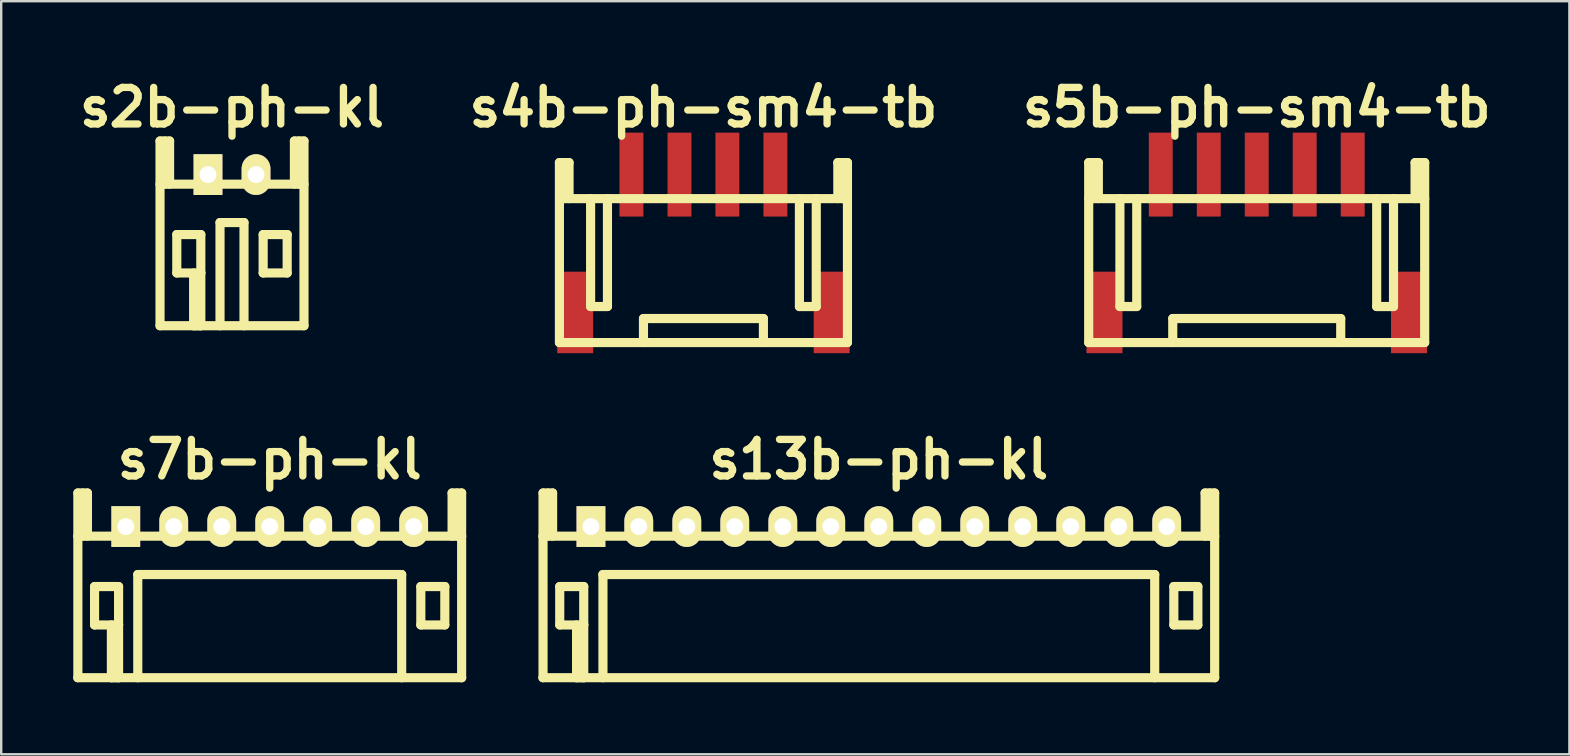
<source format=kicad_pcb>
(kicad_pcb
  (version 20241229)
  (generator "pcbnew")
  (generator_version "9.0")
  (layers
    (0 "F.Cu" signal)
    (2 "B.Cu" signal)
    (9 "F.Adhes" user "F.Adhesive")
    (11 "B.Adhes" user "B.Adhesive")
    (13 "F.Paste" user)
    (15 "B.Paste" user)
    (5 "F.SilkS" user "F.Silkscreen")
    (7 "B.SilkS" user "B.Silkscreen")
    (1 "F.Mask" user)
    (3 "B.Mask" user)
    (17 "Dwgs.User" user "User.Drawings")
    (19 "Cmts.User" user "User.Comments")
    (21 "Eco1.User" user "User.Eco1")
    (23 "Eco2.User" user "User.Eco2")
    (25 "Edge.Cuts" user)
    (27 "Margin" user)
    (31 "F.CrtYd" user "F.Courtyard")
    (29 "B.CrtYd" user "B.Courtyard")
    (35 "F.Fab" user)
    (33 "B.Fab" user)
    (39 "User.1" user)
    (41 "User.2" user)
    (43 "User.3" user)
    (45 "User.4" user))
  (footprint "s4b-ph-sm4-tb"
    (layer "F.Cu")
    (at 26.266 4.226)
    (property "Reference" "s4b-ph-sm4-tb" (at 0 -2.799 0) (layer "F.SilkS") (effects (font (size 1.524 1.524) (thickness 0.305))))
    (attr through_hole)
    (fp_line (start -6.002 7) (end -6.002 -0.5) (stroke (width 0.381) (type solid)) (layer "F.SilkS"))
    (fp_line (start -5.999 1.001) (end 5.999 1.001) (stroke (width 0.381) (type solid)) (layer "F.SilkS"))
    (fp_line (start -5.801 -0.5) (end -5.801 1.001) (stroke (width 0.381) (type solid)) (layer "F.SilkS"))
    (fp_line (start -5.601 -0.5) (end -6.002 -0.5) (stroke (width 0.381) (type solid)) (layer "F.SilkS"))
    (fp_line (start -5.601 1.001) (end -5.601 -0.5) (stroke (width 0.381) (type solid)) (layer "F.SilkS"))
    (fp_line (start -4.702 5.499) (end -4.702 1.001) (stroke (width 0.381) (type solid)) (layer "F.SilkS"))
    (fp_line (start -4 1.001) (end -4 5.499) (stroke (width 0.381) (type solid)) (layer "F.SilkS"))
    (fp_line (start -4 5.499) (end -4.702 5.499) (stroke (width 0.381) (type solid)) (layer "F.SilkS"))
    (fp_line (start -2.499 7) (end -2.499 5.999) (stroke (width 0.381) (type solid)) (layer "F.SilkS"))
    (fp_line (start 2.499 5.999) (end -2.499 5.999) (stroke (width 0.381) (type solid)) (layer "F.SilkS"))
    (fp_line (start 2.499 5.999) (end 2.499 6.998) (stroke (width 0.381) (type solid)) (layer "F.SilkS"))
    (fp_line (start 4 1.001) (end 4 5.499) (stroke (width 0.381) (type solid)) (layer "F.SilkS"))
    (fp_line (start 4 5.499) (end 4.702 5.499) (stroke (width 0.381) (type solid)) (layer "F.SilkS"))
    (fp_line (start 4.702 5.499) (end 4.702 1.001) (stroke (width 0.381) (type solid)) (layer "F.SilkS"))
    (fp_line (start 5.601 -0.5) (end 5.601 1.001) (stroke (width 0.381) (type solid)) (layer "F.SilkS"))
    (fp_line (start 5.801 1.001) (end 5.801 -0.5) (stroke (width 0.381) (type solid)) (layer "F.SilkS"))
    (fp_line (start 5.999 7) (end -5.999 7) (stroke (width 0.381) (type solid)) (layer "F.SilkS"))
    (fp_line (start 6.002 -0.5) (end 5.601 -0.5) (stroke (width 0.381) (type solid)) (layer "F.SilkS"))
    (fp_line (start 6.002 -0.5) (end 6.002 7) (stroke (width 0.381) (type solid)) (layer "F.SilkS"))
    (pad "" smd rect (at -5.344 5.745) (size 1.499 3.396) (layers "F.Cu" "F.Mask" "F.Paste"))
    (pad "" smd rect (at 5.344 5.745) (size 1.499 3.396) (layers "F.Cu" "F.Mask" "F.Paste"))
    (pad "1" smd rect (at -3 0) (size 0.996 3.498) (layers "F.Cu" "F.Mask" "F.Paste"))
    (pad "2" smd rect (at -0.998 0) (size 0.996 3.498) (layers "F.Cu" "F.Mask" "F.Paste"))
    (pad "3" smd rect (at 0.998 0) (size 0.996 3.498) (layers "F.Cu" "F.Mask" "F.Paste"))
    (pad "4" smd rect (at 3 0) (size 0.996 3.498) (layers "F.Cu" "F.Mask" "F.Paste")))
  (footprint "s5b-ph-sm4-tb"
    (layer "F.Cu")
    (at 49.325 4.226)
    (property "Reference" "s5b-ph-sm4-tb" (at 0 -2.799 0) (layer "F.SilkS") (effects (font (size 1.524 1.524) (thickness 0.305))))
    (attr through_hole)
    (fp_line (start -7.003 7) (end -7.003 -0.5) (stroke (width 0.381) (type solid)) (layer "F.SilkS"))
    (fp_line (start -7 7) (end 7 7) (stroke (width 0.381) (type solid)) (layer "F.SilkS"))
    (fp_line (start -6.802 -0.5) (end -6.802 1.001) (stroke (width 0.381) (type solid)) (layer "F.SilkS"))
    (fp_line (start -6.601 -0.5) (end -7.003 -0.5) (stroke (width 0.381) (type solid)) (layer "F.SilkS"))
    (fp_line (start -6.601 1.001) (end -6.601 -0.5) (stroke (width 0.381) (type solid)) (layer "F.SilkS"))
    (fp_line (start -5.702 5.499) (end -5.702 1.001) (stroke (width 0.381) (type solid)) (layer "F.SilkS"))
    (fp_line (start -5.001 1.001) (end -5.001 5.499) (stroke (width 0.381) (type solid)) (layer "F.SilkS"))
    (fp_line (start -5.001 5.499) (end -5.702 5.499) (stroke (width 0.381) (type solid)) (layer "F.SilkS"))
    (fp_line (start -3.5 7) (end -3.5 5.999) (stroke (width 0.381) (type solid)) (layer "F.SilkS"))
    (fp_line (start 3.5 5.999) (end -3.5 5.999) (stroke (width 0.381) (type solid)) (layer "F.SilkS"))
    (fp_line (start 3.5 5.999) (end 3.5 6.998) (stroke (width 0.381) (type solid)) (layer "F.SilkS"))
    (fp_line (start 4.999 1.001) (end 4.999 5.499) (stroke (width 0.381) (type solid)) (layer "F.SilkS"))
    (fp_line (start 4.999 5.499) (end 5.7 5.499) (stroke (width 0.381) (type solid)) (layer "F.SilkS"))
    (fp_line (start 5.7 5.499) (end 5.7 1.001) (stroke (width 0.381) (type solid)) (layer "F.SilkS"))
    (fp_line (start 6.599 -0.5) (end 6.599 1.001) (stroke (width 0.381) (type solid)) (layer "F.SilkS"))
    (fp_line (start 6.8 1.001) (end 6.8 -0.5) (stroke (width 0.381) (type solid)) (layer "F.SilkS"))
    (fp_line (start 7 -0.5) (end 6.599 -0.5) (stroke (width 0.381) (type solid)) (layer "F.SilkS"))
    (fp_line (start 7 -0.5) (end 7 7) (stroke (width 0.381) (type solid)) (layer "F.SilkS"))
    (fp_line (start 7 1.001) (end -7 1.001) (stroke (width 0.381) (type solid)) (layer "F.SilkS"))
    (pad "" smd rect (at -6.345 5.745) (size 1.499 3.396) (layers "F.Cu" "F.Mask" "F.Paste"))
    (pad "" smd rect (at 6.345 5.745) (size 1.499 3.396) (layers "F.Cu" "F.Mask" "F.Paste"))
    (pad "1" smd rect (at -4 0) (size 0.996 3.498) (layers "F.Cu" "F.Mask" "F.Paste"))
    (pad "2" smd rect (at -1.999 0) (size 0.996 3.498) (layers "F.Cu" "F.Mask" "F.Paste"))
    (pad "3" smd rect (at 0 0) (size 0.996 3.498) (layers "F.Cu" "F.Mask" "F.Paste"))
    (pad "4" smd rect (at 1.999 0) (size 0.996 3.498) (layers "F.Cu" "F.Mask" "F.Paste"))
    (pad "5" smd rect (at 4 0) (size 0.996 3.498) (layers "F.Cu" "F.Mask" "F.Paste")))
  (footprint "s7b-ph-kl"
    (layer "F.Cu")
    (at 8.191 18.895)
    (property "Reference" "s7b-ph-kl" (at 0 -2.799 0) (layer "F.SilkS") (effects (font (size 1.524 1.524) (thickness 0.305))))
    (attr through_hole)
    (fp_line (start -8.001 0.399) (end 8.001 0.399) (stroke (width 0.381) (type solid)) (layer "F.SilkS"))
    (fp_line (start -7.996 -1.4) (end -7.996 6.299) (stroke (width 0.381) (type solid)) (layer "F.SilkS"))
    (fp_line (start -7.795 -1.4) (end -7.795 0.399) (stroke (width 0.381) (type solid)) (layer "F.SilkS"))
    (fp_line (start -7.597 -1.4) (end -7.996 -1.4) (stroke (width 0.381) (type solid)) (layer "F.SilkS"))
    (fp_line (start -7.597 0.399) (end -7.597 -1.4) (stroke (width 0.381) (type solid)) (layer "F.SilkS"))
    (fp_line (start -7.3 2.499) (end -6.299 2.499) (stroke (width 0.381) (type solid)) (layer "F.SilkS"))
    (fp_line (start -7.3 4.1) (end -7.3 2.499) (stroke (width 0.381) (type solid)) (layer "F.SilkS"))
    (fp_line (start -6.599 6.299) (end -6.599 4.1) (stroke (width 0.381) (type solid)) (layer "F.SilkS"))
    (fp_line (start -6.299 2.499) (end -6.299 4.1) (stroke (width 0.381) (type solid)) (layer "F.SilkS"))
    (fp_line (start -6.299 4.1) (end -7.3 4.1) (stroke (width 0.381) (type solid)) (layer "F.SilkS"))
    (fp_line (start -6.299 4.1) (end -6.299 6.299) (stroke (width 0.381) (type solid)) (layer "F.SilkS"))
    (fp_line (start -6.299 6.299) (end -6.599 6.299) (stroke (width 0.381) (type solid)) (layer "F.SilkS"))
    (fp_line (start -5.499 1.999) (end -5.499 6.299) (stroke (width 0.381) (type solid)) (layer "F.SilkS"))
    (fp_line (start -5.499 1.999) (end 5.499 1.999) (stroke (width 0.381) (type solid)) (layer "F.SilkS"))
    (fp_line (start 5.499 1.999) (end 5.499 6.299) (stroke (width 0.381) (type solid)) (layer "F.SilkS"))
    (fp_line (start 6.297 2.499) (end 7.297 2.499) (stroke (width 0.381) (type solid)) (layer "F.SilkS"))
    (fp_line (start 6.297 4.1) (end 6.297 2.499) (stroke (width 0.381) (type solid)) (layer "F.SilkS"))
    (fp_line (start 7.297 2.499) (end 7.297 4.1) (stroke (width 0.381) (type solid)) (layer "F.SilkS"))
    (fp_line (start 7.297 4.1) (end 6.297 4.1) (stroke (width 0.381) (type solid)) (layer "F.SilkS"))
    (fp_line (start 7.6 -1.4) (end 7.6 0.399) (stroke (width 0.381) (type solid)) (layer "F.SilkS"))
    (fp_line (start 7.798 -1.4) (end 7.798 0.399) (stroke (width 0.381) (type solid)) (layer "F.SilkS"))
    (fp_line (start 7.998 -1.4) (end 7.6 -1.4) (stroke (width 0.381) (type solid)) (layer "F.SilkS"))
    (fp_line (start 7.998 6.299) (end 7.998 -1.4) (stroke (width 0.381) (type solid)) (layer "F.SilkS"))
    (fp_line (start 8.001 6.299) (end -8.001 6.299) (stroke (width 0.381) (type solid)) (layer "F.SilkS"))
    (pad "1" thru_hole rect (at -5.999 0) (size 1.199 1.699) (drill 0.701) (layers "*.Cu" "*.Mask" "F.SilkS"))
    (pad "2" thru_hole oval (at -4 0) (size 1.199 1.699) (drill 0.701) (layers "*.Cu" "*.Mask" "F.SilkS"))
    (pad "3" thru_hole oval (at -1.999 0) (size 1.199 1.699) (drill 0.701) (layers "*.Cu" "*.Mask" "F.SilkS"))
    (pad "4" thru_hole oval (at 0 0) (size 1.199 1.699) (drill 0.701) (layers "*.Cu" "*.Mask" "F.SilkS"))
    (pad "5" thru_hole oval (at 1.999 0) (size 1.199 1.699) (drill 0.701) (layers "*.Cu" "*.Mask" "F.SilkS"))
    (pad "6" thru_hole oval (at 4 0) (size 1.199 1.699) (drill 0.701) (layers "*.Cu" "*.Mask" "F.SilkS"))
    (pad "7" thru_hole oval (at 5.999 0) (size 1.199 1.699) (drill 0.701) (layers "*.Cu" "*.Mask" "F.SilkS")))
  (footprint "s2b-ph-kl"
    (layer "F.Cu")
    (at 6.619 4.226)
    (property "Reference" "s2b-ph-kl" (at 0 -2.799 0) (layer "F.SilkS") (effects (font (size 1.524 1.524) (thickness 0.305))))
    (attr through_hole)
    (fp_line (start -3 -1.4) (end -3 6.299) (stroke (width 0.381) (type solid)) (layer "F.SilkS"))
    (fp_line (start -3 6.299) (end 3 6.299) (stroke (width 0.381) (type solid)) (layer "F.SilkS"))
    (fp_line (start -2.799 -1.4) (end -2.799 0.399) (stroke (width 0.381) (type solid)) (layer "F.SilkS"))
    (fp_line (start -2.601 -1.4) (end -3 -1.4) (stroke (width 0.381) (type solid)) (layer "F.SilkS"))
    (fp_line (start -2.601 0.399) (end -2.601 -1.4) (stroke (width 0.381) (type solid)) (layer "F.SilkS"))
    (fp_line (start -2.301 2.499) (end -1.3 2.499) (stroke (width 0.381) (type solid)) (layer "F.SilkS"))
    (fp_line (start -2.301 4.1) (end -2.301 2.499) (stroke (width 0.381) (type solid)) (layer "F.SilkS"))
    (fp_line (start -1.6 6.299) (end -1.6 4.1) (stroke (width 0.381) (type solid)) (layer "F.SilkS"))
    (fp_line (start -1.3 2.499) (end -1.3 4.1) (stroke (width 0.381) (type solid)) (layer "F.SilkS"))
    (fp_line (start -1.3 4.1) (end -2.301 4.1) (stroke (width 0.381) (type solid)) (layer "F.SilkS"))
    (fp_line (start -1.3 4.1) (end -1.3 6.299) (stroke (width 0.381) (type solid)) (layer "F.SilkS"))
    (fp_line (start -1.3 6.299) (end -1.6 6.299) (stroke (width 0.381) (type solid)) (layer "F.SilkS"))
    (fp_line (start -0.5 1.999) (end -0.5 6.299) (stroke (width 0.381) (type solid)) (layer "F.SilkS"))
    (fp_line (start 0.5 1.999) (end -0.5 1.999) (stroke (width 0.381) (type solid)) (layer "F.SilkS"))
    (fp_line (start 0.5 1.999) (end 0.5 6.299) (stroke (width 0.381) (type solid)) (layer "F.SilkS"))
    (fp_line (start 1.298 2.499) (end 2.299 2.499) (stroke (width 0.381) (type solid)) (layer "F.SilkS"))
    (fp_line (start 1.298 4.1) (end 1.298 2.499) (stroke (width 0.381) (type solid)) (layer "F.SilkS"))
    (fp_line (start 2.299 2.499) (end 2.299 4.1) (stroke (width 0.381) (type solid)) (layer "F.SilkS"))
    (fp_line (start 2.299 4.1) (end 1.298 4.1) (stroke (width 0.381) (type solid)) (layer "F.SilkS"))
    (fp_line (start 2.601 -1.4) (end 2.601 0.399) (stroke (width 0.381) (type solid)) (layer "F.SilkS"))
    (fp_line (start 2.799 -1.4) (end 2.799 0.399) (stroke (width 0.381) (type solid)) (layer "F.SilkS"))
    (fp_line (start 3 -1.4) (end 2.601 -1.4) (stroke (width 0.381) (type solid)) (layer "F.SilkS"))
    (fp_line (start 3 0.399) (end -3 0.399) (stroke (width 0.381) (type solid)) (layer "F.SilkS"))
    (fp_line (start 3 6.299) (end 3 -1.4) (stroke (width 0.381) (type solid)) (layer "F.SilkS"))
    (pad "1" thru_hole rect (at -1.001 0) (size 1.199 1.699) (drill 0.701) (layers "*.Cu" "*.Mask" "F.SilkS"))
    (pad "2" thru_hole oval (at 1.001 0) (size 1.199 1.699) (drill 0.701) (layers "*.Cu" "*.Mask" "F.SilkS")))
  (footprint "s13b-ph-kl"
    (layer "F.Cu")
    (at 33.574 18.895)
    (property "Reference" "s13b-ph-kl" (at 0 -2.799 0) (layer "F.SilkS") (effects (font (size 1.524 1.524) (thickness 0.305))))
    (attr through_hole)
    (fp_line (start -13.993 -1.4) (end -13.993 6.299) (stroke (width 0.381) (type solid)) (layer "F.SilkS"))
    (fp_line (start -13.792 -1.4) (end -13.792 0.399) (stroke (width 0.381) (type solid)) (layer "F.SilkS"))
    (fp_line (start -13.594 -1.4) (end -13.993 -1.4) (stroke (width 0.381) (type solid)) (layer "F.SilkS"))
    (fp_line (start -13.594 0.399) (end -13.594 -1.4) (stroke (width 0.381) (type solid)) (layer "F.SilkS"))
    (fp_line (start -13.297 2.499) (end -12.296 2.499) (stroke (width 0.381) (type solid)) (layer "F.SilkS"))
    (fp_line (start -13.297 4.1) (end -13.297 2.499) (stroke (width 0.381) (type solid)) (layer "F.SilkS"))
    (fp_line (start -12.596 6.299) (end -12.596 4.1) (stroke (width 0.381) (type solid)) (layer "F.SilkS"))
    (fp_line (start -12.296 2.499) (end -12.296 4.1) (stroke (width 0.381) (type solid)) (layer "F.SilkS"))
    (fp_line (start -12.296 4.1) (end -13.297 4.1) (stroke (width 0.381) (type solid)) (layer "F.SilkS"))
    (fp_line (start -12.296 4.1) (end -12.296 6.299) (stroke (width 0.381) (type solid)) (layer "F.SilkS"))
    (fp_line (start -12.296 6.299) (end -12.596 6.299) (stroke (width 0.381) (type solid)) (layer "F.SilkS"))
    (fp_line (start -11.501 1.999) (end 11.501 1.999) (stroke (width 0.381) (type solid)) (layer "F.SilkS"))
    (fp_line (start -11.496 1.999) (end -11.496 6.299) (stroke (width 0.381) (type solid)) (layer "F.SilkS"))
    (fp_line (start 11.499 1.999) (end 11.499 6.299) (stroke (width 0.381) (type solid)) (layer "F.SilkS"))
    (fp_line (start 12.296 2.499) (end 13.297 2.499) (stroke (width 0.381) (type solid)) (layer "F.SilkS"))
    (fp_line (start 12.296 4.1) (end 12.296 2.499) (stroke (width 0.381) (type solid)) (layer "F.SilkS"))
    (fp_line (start 13.297 2.499) (end 13.297 4.1) (stroke (width 0.381) (type solid)) (layer "F.SilkS"))
    (fp_line (start 13.297 4.1) (end 12.296 4.1) (stroke (width 0.381) (type solid)) (layer "F.SilkS"))
    (fp_line (start 13.599 -1.4) (end 13.599 0.399) (stroke (width 0.381) (type solid)) (layer "F.SilkS"))
    (fp_line (start 13.797 -1.4) (end 13.797 0.399) (stroke (width 0.381) (type solid)) (layer "F.SilkS"))
    (fp_line (start 13.998 -1.4) (end 13.599 -1.4) (stroke (width 0.381) (type solid)) (layer "F.SilkS"))
    (fp_line (start 13.998 6.299) (end 13.998 -1.4) (stroke (width 0.381) (type solid)) (layer "F.SilkS"))
    (fp_line (start 14 0.399) (end -14 0.399) (stroke (width 0.381) (type solid)) (layer "F.SilkS"))
    (fp_line (start 14 6.299) (end -14 6.299) (stroke (width 0.381) (type solid)) (layer "F.SilkS"))
    (pad "1" thru_hole rect (at -11.996 0) (size 1.199 1.699) (drill 0.701) (layers "*.Cu" "*.Mask" "F.SilkS"))
    (pad "2" thru_hole oval (at -10.003 0) (size 1.199 1.699) (drill 0.701) (layers "*.Cu" "*.Mask" "F.SilkS"))
    (pad "3" thru_hole oval (at -8.001 0) (size 1.199 1.699) (drill 0.701) (layers "*.Cu" "*.Mask" "F.SilkS"))
    (pad "4" thru_hole oval (at -6.002 0) (size 1.199 1.699) (drill 0.701) (layers "*.Cu" "*.Mask" "F.SilkS"))
    (pad "5" thru_hole oval (at -4 0) (size 1.199 1.699) (drill 0.701) (layers "*.Cu" "*.Mask" "F.SilkS"))
    (pad "6" thru_hole oval (at -2.002 0) (size 1.199 1.699) (drill 0.701) (layers "*.Cu" "*.Mask" "F.SilkS"))
    (pad "7" thru_hole oval (at 0 0) (size 1.199 1.699) (drill 0.701) (layers "*.Cu" "*.Mask" "F.SilkS"))
    (pad "8" thru_hole oval (at 1.999 0) (size 1.199 1.699) (drill 0.701) (layers "*.Cu" "*.Mask" "F.SilkS"))
    (pad "9" thru_hole oval (at 4 0) (size 1.199 1.699) (drill 0.701) (layers "*.Cu" "*.Mask" "F.SilkS"))
    (pad "10" thru_hole oval (at 5.999 0) (size 1.199 1.699) (drill 0.701) (layers "*.Cu" "*.Mask" "F.SilkS"))
    (pad "11" thru_hole oval (at 8.001 0) (size 1.199 1.699) (drill 0.701) (layers "*.Cu" "*.Mask" "F.SilkS"))
    (pad "12" thru_hole oval (at 10 0) (size 1.199 1.699) (drill 0.701) (layers "*.Cu" "*.Mask" "F.SilkS"))
    (pad "13" thru_hole oval (at 11.999 0) (size 1.199 1.699) (drill 0.701) (layers "*.Cu" "*.Mask" "F.SilkS")))
  (gr_rect
    (start -3 -3)
    (end 62.355 28.384)
    (stroke (width 0.1) (type default))
    (fill no)
    (layer "Edge.Cuts")))
</source>
